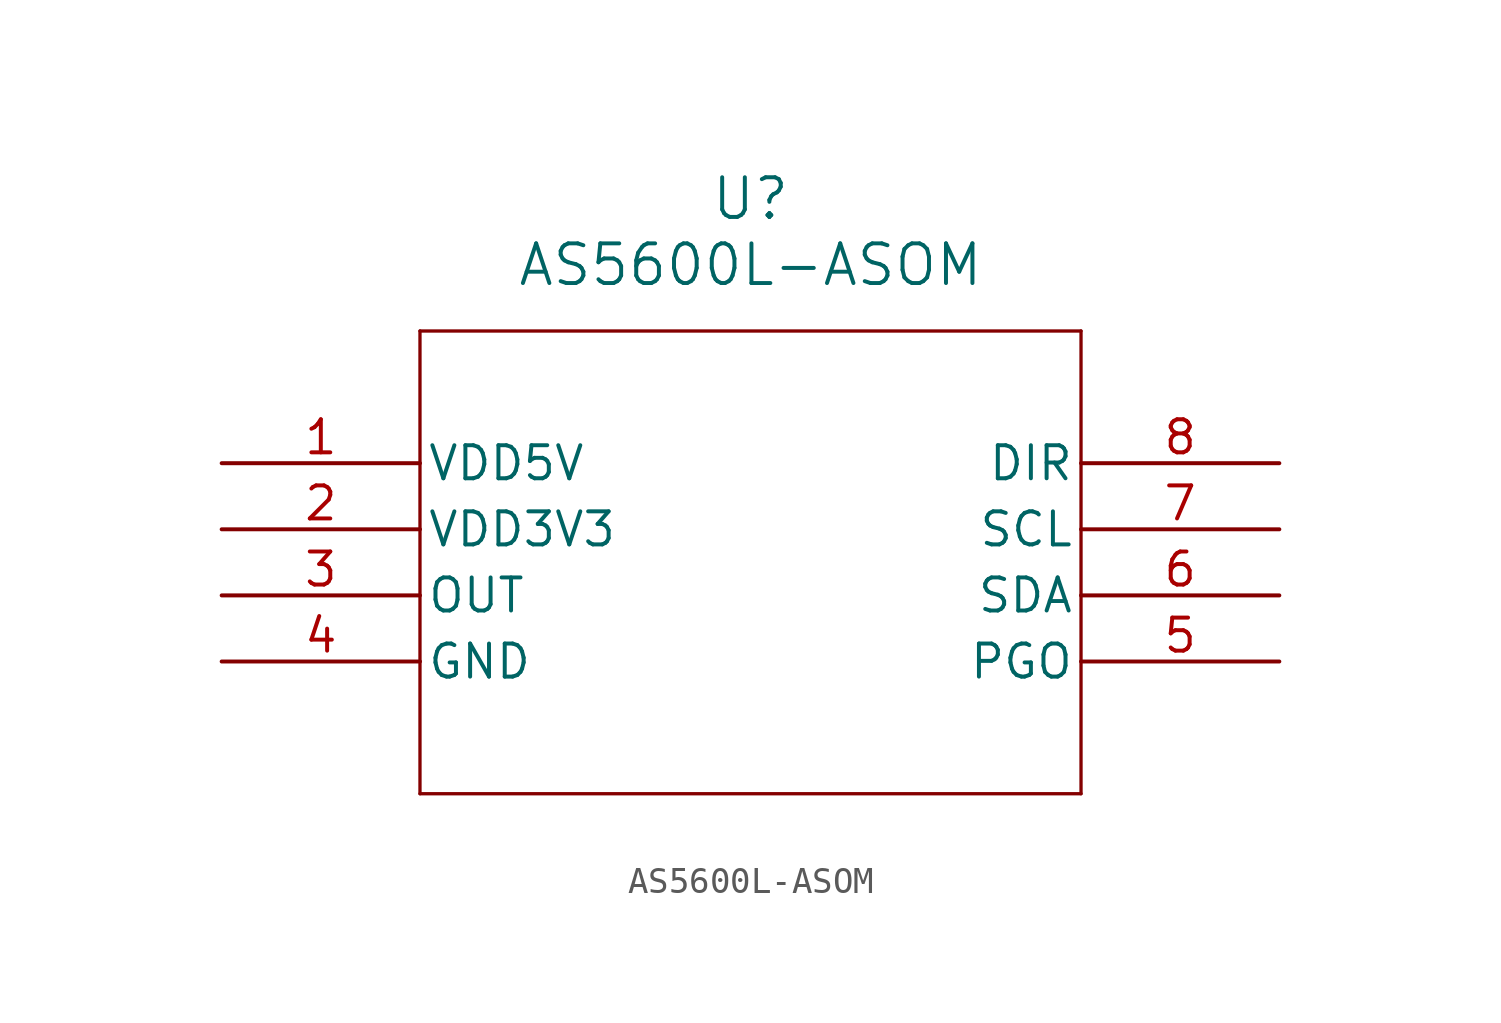
<source format=kicad_sym>
(kicad_symbol_lib
  (version 20211014)
  (generator kicad_symbol_editor)
  (symbol "AS5600L-ASOM"
    (pin_names
      (offset 0.254))
    (property "Reference" "U"
      (at 20.32 10.16 0)
      (effects (font (size 1.524 1.524))))
    (property "Value" "AS5600L-ASOM"
      (at 20.32 7.62 0)
      (effects (font (size 1.524 1.524))))
    (symbol "AS5600L-ASOM_0_1"
      (polyline (pts (xy 7.62 5.08) (xy 7.62 -12.7)) (stroke (width 0.127) (type default) (color 0 0 0 0)) (fill (type none)))
      (polyline (pts (xy 7.62 -12.7) (xy 33.02 -12.7)) (stroke (width 0.127) (type default) (color 0 0 0 0)) (fill (type none)))
      (polyline (pts (xy 33.02 -12.7) (xy 33.02 5.08)) (stroke (width 0.127) (type default) (color 0 0 0 0)) (fill (type none)))
      (polyline (pts (xy 33.02 5.08) (xy 7.62 5.08)) (stroke (width 0.127) (type default) (color 0 0 0 0)) (fill (type none)))
      (pin unspecified line (at 0 0 0) (length 7.62) (name "VDD5V" (effects (font (size 1.27 1.27)))) (number "1" (effects (font (size 1.27 1.27)))))
      (pin unspecified line (at 0 -2.54 0) (length 7.62) (name "VDD3V3" (effects (font (size 1.27 1.27)))) (number "2" (effects (font (size 1.27 1.27)))))
      (pin unspecified line (at 0 -5.08 0) (length 7.62) (name "OUT" (effects (font (size 1.27 1.27)))) (number "3" (effects (font (size 1.27 1.27)))))
      (pin unspecified line (at 0 -7.62 0) (length 7.62) (name "GND" (effects (font (size 1.27 1.27)))) (number "4" (effects (font (size 1.27 1.27)))))
      (pin unspecified line (at 40.64 -7.62 180) (length 7.62) (name "PGO" (effects (font (size 1.27 1.27)))) (number "5" (effects (font (size 1.27 1.27)))))
      (pin unspecified line (at 40.64 -5.08 180) (length 7.62) (name "SDA" (effects (font (size 1.27 1.27)))) (number "6" (effects (font (size 1.27 1.27)))))
      (pin unspecified line (at 40.64 -2.54 180) (length 7.62) (name "SCL" (effects (font (size 1.27 1.27)))) (number "7" (effects (font (size 1.27 1.27)))))
      (pin unspecified line (at 40.64 0 180) (length 7.62) (name "DIR" (effects (font (size 1.27 1.27)))) (number "8" (effects (font (size 1.27 1.27))))))))
</source>
